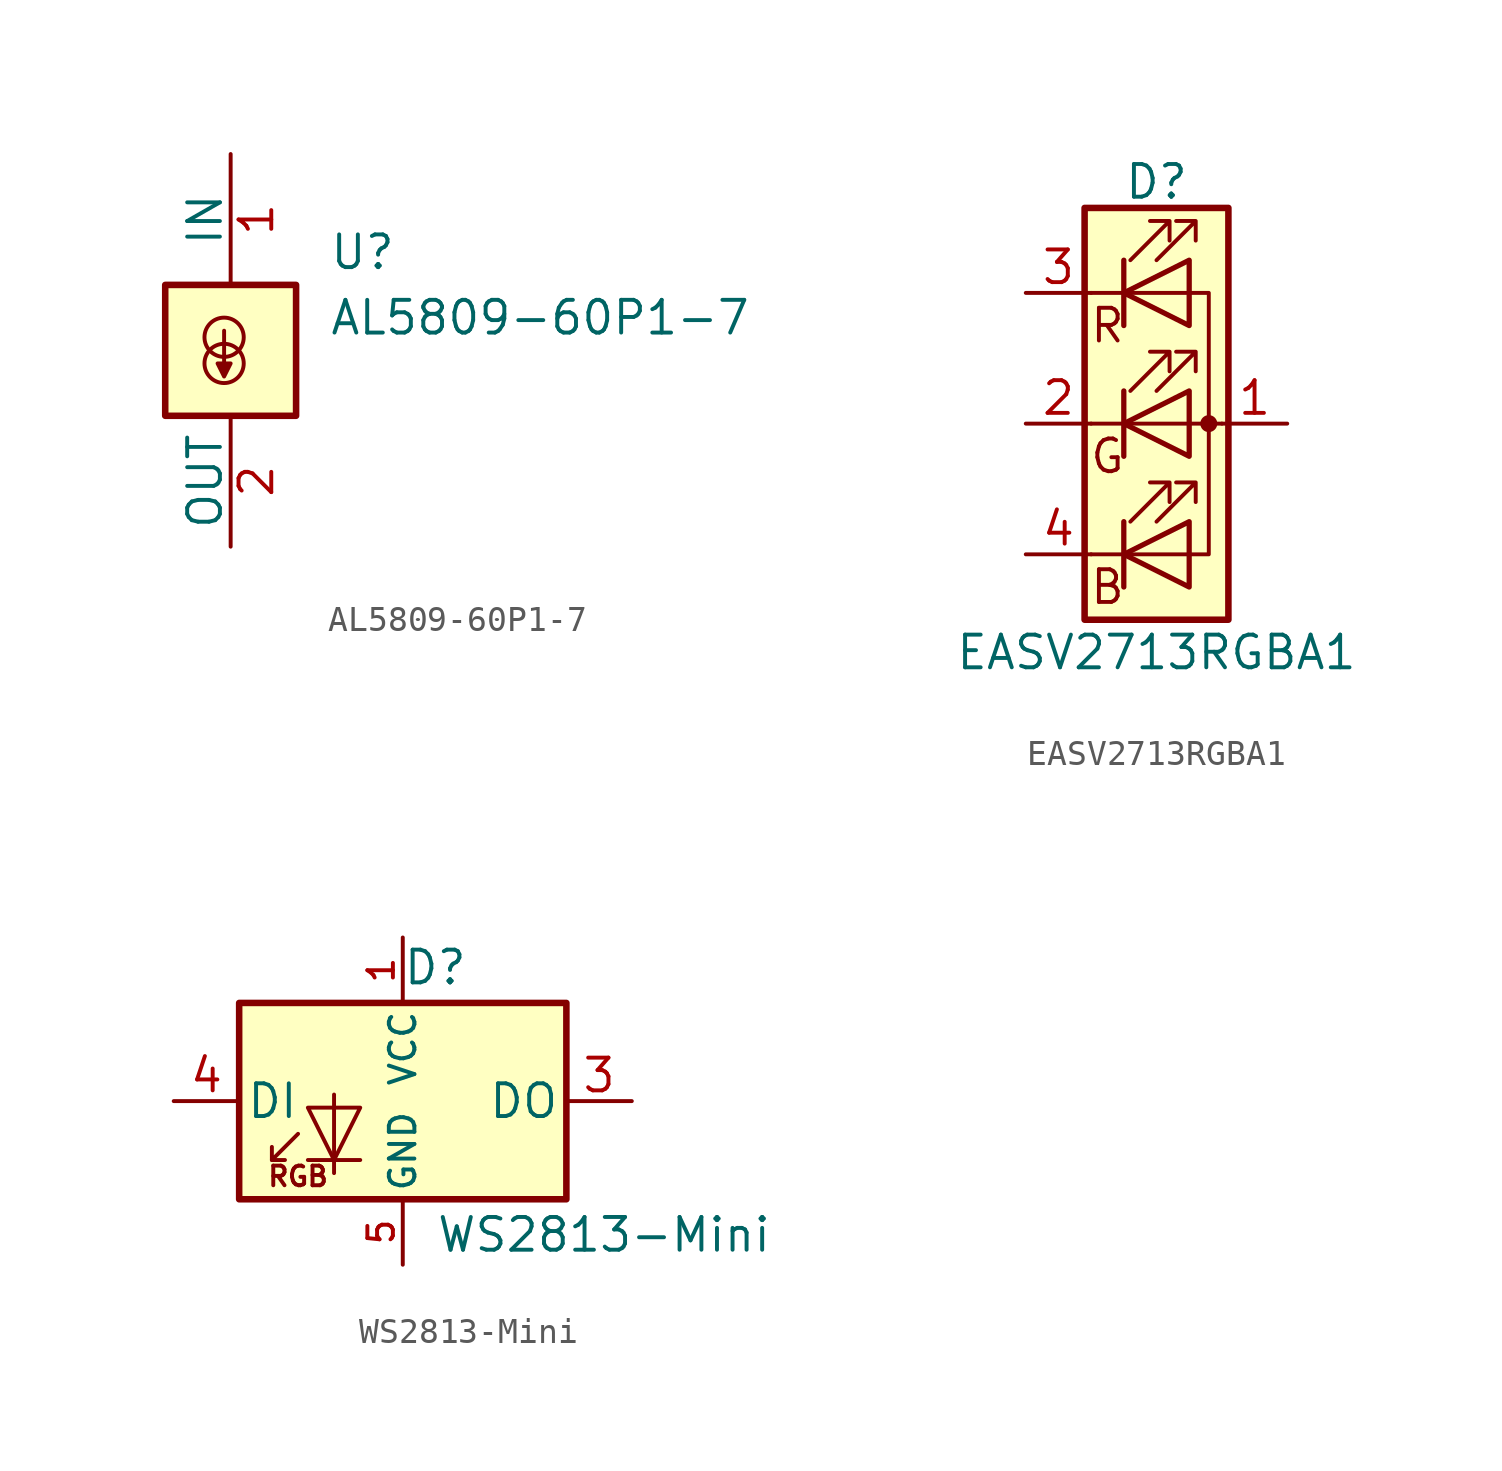
<source format=kicad_sym>
(kicad_symbol_lib
  (version 20211014)
  (generator kicad_symbol_editor)
  (symbol "AL5809-60P1-7"
    (pin_names
      (offset 0))
    (property "Reference" "U"
      (at 3.81 3.81 0)
      (effects (font (size 1.27 1.27)) (justify left)))
    (property "Value" "AL5809-60P1-7"
      (at 3.81 1.27 0)
      (effects (font (size 1.27 1.27)) (justify left)))
    (symbol "AL5809-60P1-7_0_1"
      (rectangle (start -2.54 2.54) (end 2.54 -2.54) (stroke (width 0.254) (type default) (color 0 0 0 0)) (fill (type background)))
      (circle (center -0.254 -0.508) (radius 0.762) (stroke (width 0) (type default) (color 0 0 0 0)) (fill (type none)))
      (circle (center -0.254 0.508) (radius 0.762) (stroke (width 0) (type default) (color 0 0 0 0)) (fill (type none)))
      (polyline (pts (xy -0.254 0.762) (xy -0.254 -1.016) (xy -0.508 -0.508) (xy 0 -0.508) (xy -0.254 -1.016)) (stroke (width 0) (type default) (color 0 0 0 0)) (fill (type outline))))
    (symbol "AL5809-60P1-7_1_1"
      (pin input line (at 0 7.62 270) (length 5.08) (name "IN" (effects (font (size 1.27 1.27)))) (number "1" (effects (font (size 1.27 1.27)))))
      (pin input line (at 0 -7.62 90) (length 5.08) (name "OUT" (effects (font (size 1.27 1.27)))) (number "2" (effects (font (size 1.27 1.27)))))))
  (symbol "EASV2713RGBA1"
    (pin_names
      (offset 0) hide)
    (property "Reference" "D"
      (at 0 9.398 0)
      (effects (font (size 1.27 1.27))))
    (property "Value" "EASV2713RGBA1"
      (at 0 -8.89 0)
      (effects (font (size 1.27 1.27))))
    (symbol "EASV2713RGBA1_0_0"
      (text "B" (at -1.905 -6.35 0) (effects (font (size 1.27 1.27))))
      (text "G" (at -1.905 -1.27 0) (effects (font (size 1.27 1.27))))
      (text "R" (at -1.905 3.81 0) (effects (font (size 1.27 1.27)))))
    (symbol "EASV2713RGBA1_0_1"
      (polyline (pts (xy -1.27 -5.08) (xy -2.54 -5.08)) (stroke (width 0) (type default) (color 0 0 0 0)) (fill (type none)))
      (polyline (pts (xy -1.27 -5.08) (xy 1.27 -5.08)) (stroke (width 0) (type default) (color 0 0 0 0)) (fill (type none)))
      (polyline (pts (xy -1.27 -3.81) (xy -1.27 -6.35)) (stroke (width 0) (type default) (color 0 0 0 0)) (fill (type none)))
      (polyline (pts (xy -1.27 -3.81) (xy -1.27 -6.35)) (stroke (width 0.203) (type default) (color 0 0 0 0)) (fill (type none)))
      (polyline (pts (xy -1.27 0) (xy -2.54 0)) (stroke (width 0) (type default) (color 0 0 0 0)) (fill (type none)))
      (polyline (pts (xy -1.27 0) (xy 1.27 0)) (stroke (width 0) (type default) (color 0 0 0 0)) (fill (type none)))
      (polyline (pts (xy -1.27 1.27) (xy -1.27 -1.27)) (stroke (width 0.203) (type default) (color 0 0 0 0)) (fill (type none)))
      (polyline (pts (xy -1.27 5.08) (xy -2.54 5.08)) (stroke (width 0) (type default) (color 0 0 0 0)) (fill (type none)))
      (polyline (pts (xy -1.27 6.35) (xy -1.27 3.81)) (stroke (width 0.203) (type default) (color 0 0 0 0)) (fill (type none)))
      (polyline (pts (xy 1.27 0) (xy 2.54 0)) (stroke (width 0) (type default) (color 0 0 0 0)) (fill (type none)))
      (polyline (pts (xy 1.27 5.08) (xy -1.27 5.08)) (stroke (width 0) (type default) (color 0 0 0 0)) (fill (type none)))
      (polyline (pts (xy -1.27 1.27) (xy -1.27 -1.27) (xy -1.27 -1.27)) (stroke (width 0) (type default) (color 0 0 0 0)) (fill (type none)))
      (polyline (pts (xy -1.27 6.35) (xy -1.27 3.81) (xy -1.27 3.81)) (stroke (width 0) (type default) (color 0 0 0 0)) (fill (type none)))
      (polyline (pts (xy 1.27 -5.08) (xy 2.032 -5.08) (xy 2.032 5.08) (xy 1.27 5.08)) (stroke (width 0) (type default) (color 0 0 0 0)) (fill (type none)))
      (polyline (pts (xy 1.27 -3.81) (xy 1.27 -6.35) (xy -1.27 -5.08) (xy 1.27 -3.81)) (stroke (width 0.203) (type default) (color 0 0 0 0)) (fill (type none)))
      (polyline (pts (xy 1.27 1.27) (xy 1.27 -1.27) (xy -1.27 0) (xy 1.27 1.27)) (stroke (width 0.203) (type default) (color 0 0 0 0)) (fill (type none)))
      (polyline (pts (xy 1.27 6.35) (xy 1.27 3.81) (xy -1.27 5.08) (xy 1.27 6.35)) (stroke (width 0.203) (type default) (color 0 0 0 0)) (fill (type none)))
      (polyline (pts (xy -1.016 -3.81) (xy 0.508 -2.286) (xy -0.254 -2.286) (xy 0.508 -2.286) (xy 0.508 -3.048)) (stroke (width 0) (type default) (color 0 0 0 0)) (fill (type none)))
      (polyline (pts (xy -1.016 1.27) (xy 0.508 2.794) (xy -0.254 2.794) (xy 0.508 2.794) (xy 0.508 2.032)) (stroke (width 0) (type default) (color 0 0 0 0)) (fill (type none)))
      (polyline (pts (xy -1.016 6.35) (xy 0.508 7.874) (xy -0.254 7.874) (xy 0.508 7.874) (xy 0.508 7.112)) (stroke (width 0) (type default) (color 0 0 0 0)) (fill (type none)))
      (polyline (pts (xy 0 -3.81) (xy 1.524 -2.286) (xy 0.762 -2.286) (xy 1.524 -2.286) (xy 1.524 -3.048)) (stroke (width 0) (type default) (color 0 0 0 0)) (fill (type none)))
      (polyline (pts (xy 0 1.27) (xy 1.524 2.794) (xy 0.762 2.794) (xy 1.524 2.794) (xy 1.524 2.032)) (stroke (width 0) (type default) (color 0 0 0 0)) (fill (type none)))
      (polyline (pts (xy 0 6.35) (xy 1.524 7.874) (xy 0.762 7.874) (xy 1.524 7.874) (xy 1.524 7.112)) (stroke (width 0) (type default) (color 0 0 0 0)) (fill (type none)))
      (rectangle (start 1.27 -1.27) (end 1.27 1.27) (stroke (width 0) (type default) (color 0 0 0 0)) (fill (type none)))
      (rectangle (start 1.27 1.27) (end 1.27 1.27) (stroke (width 0) (type default) (color 0 0 0 0)) (fill (type none)))
      (rectangle (start 1.27 3.81) (end 1.27 6.35) (stroke (width 0) (type default) (color 0 0 0 0)) (fill (type none)))
      (rectangle (start 1.27 6.35) (end 1.27 6.35) (stroke (width 0) (type default) (color 0 0 0 0)) (fill (type none)))
      (circle (center 2.032 0) (radius 0.254) (stroke (width 0) (type default) (color 0 0 0 0)) (fill (type outline)))
      (rectangle (start 2.794 8.382) (end -2.794 -7.62) (stroke (width 0.254) (type default) (color 0 0 0 0)) (fill (type background))))
    (symbol "EASV2713RGBA1_1_1"
      (pin passive line (at 5.08 0 180) (length 2.54) (name "A" (effects (font (size 1.27 1.27)))) (number "1" (effects (font (size 1.27 1.27)))))
      (pin passive line (at -5.08 0 0) (length 2.54) (name "GK" (effects (font (size 1.27 1.27)))) (number "2" (effects (font (size 1.27 1.27)))))
      (pin passive line (at -5.08 5.08 0) (length 2.54) (name "RK" (effects (font (size 1.27 1.27)))) (number "3" (effects (font (size 1.27 1.27)))))
      (pin passive line (at -5.08 -5.08 0) (length 2.54) (name "BK" (effects (font (size 1.27 1.27)))) (number "4" (effects (font (size 1.27 1.27)))))))
  (symbol "WS2813-Mini"
    (pin_names
      (offset 0.254))
    (property "Reference" "D"
      (at 2.54 4.445 0)
      (effects (font (size 1.27 1.27)) (justify right bottom)))
    (property "Value" "WS2813-Mini"
      (at 1.27 -4.445 0)
      (effects (font (size 1.27 1.27)) (justify left top)))
    (symbol "WS2813-Mini_0_0"
      (text "RGB" (at -4.064 -2.921 0) (effects (font (size 0.762 0.762)))))
    (symbol "WS2813-Mini_0_1"
      (polyline (pts (xy -5.08 -2.286) (xy -4.572 -2.286)) (stroke (width 0) (type default) (color 0 0 0 0)) (fill (type none)))
      (polyline (pts (xy -1.651 -2.286) (xy -3.683 -2.286)) (stroke (width 0) (type default) (color 0 0 0 0)) (fill (type none)))
      (polyline (pts (xy -4.064 -1.27) (xy -5.08 -2.286) (xy -5.08 -1.778)) (stroke (width 0) (type default) (color 0 0 0 0)) (fill (type none)))
      (polyline (pts (xy -2.667 0.254) (xy -2.667 -2.286) (xy -2.667 -2.794)) (stroke (width 0) (type default) (color 0 0 0 0)) (fill (type none)))
      (polyline (pts (xy -1.651 -0.254) (xy -3.683 -0.254) (xy -2.667 -2.286) (xy -1.651 -0.254)) (stroke (width 0) (type default) (color 0 0 0 0)) (fill (type none)))
      (rectangle (start 6.35 3.81) (end -6.35 -3.81) (stroke (width 0.254) (type default) (color 0 0 0 0)) (fill (type background))))
    (symbol "WS2813-Mini_1_1"
      (pin power_in line (at 0 6.35 270) (length 2.54) (name "VCC" (effects (font (size 0.991 0.991)))) (number "1" (effects (font (size 0.991 0.991)))))
      (pin passive line (at 0 6.35 270) (length 2.54) hide (name "VDD" (effects (font (size 1.27 1.27)))) (number "2" (effects (font (size 1.27 1.27)))))
      (pin output line (at 8.89 0 180) (length 2.54) (name "DO" (effects (font (size 1.27 1.27)))) (number "3" (effects (font (size 1.27 1.27)))))
      (pin input line (at -8.89 0 0) (length 2.54) (name "DI" (effects (font (size 1.27 1.27)))) (number "4" (effects (font (size 1.27 1.27)))))
      (pin power_in line (at 0 -6.35 90) (length 2.54) (name "GND" (effects (font (size 0.991 0.991)))) (number "5" (effects (font (size 0.991 0.991)))))
      (pin passive line (at -8.89 0 0) (length 2.54) hide (name "BIN" (effects (font (size 1.27 1.27)))) (number "6" (effects (font (size 1.27 1.27))))))))
</source>
